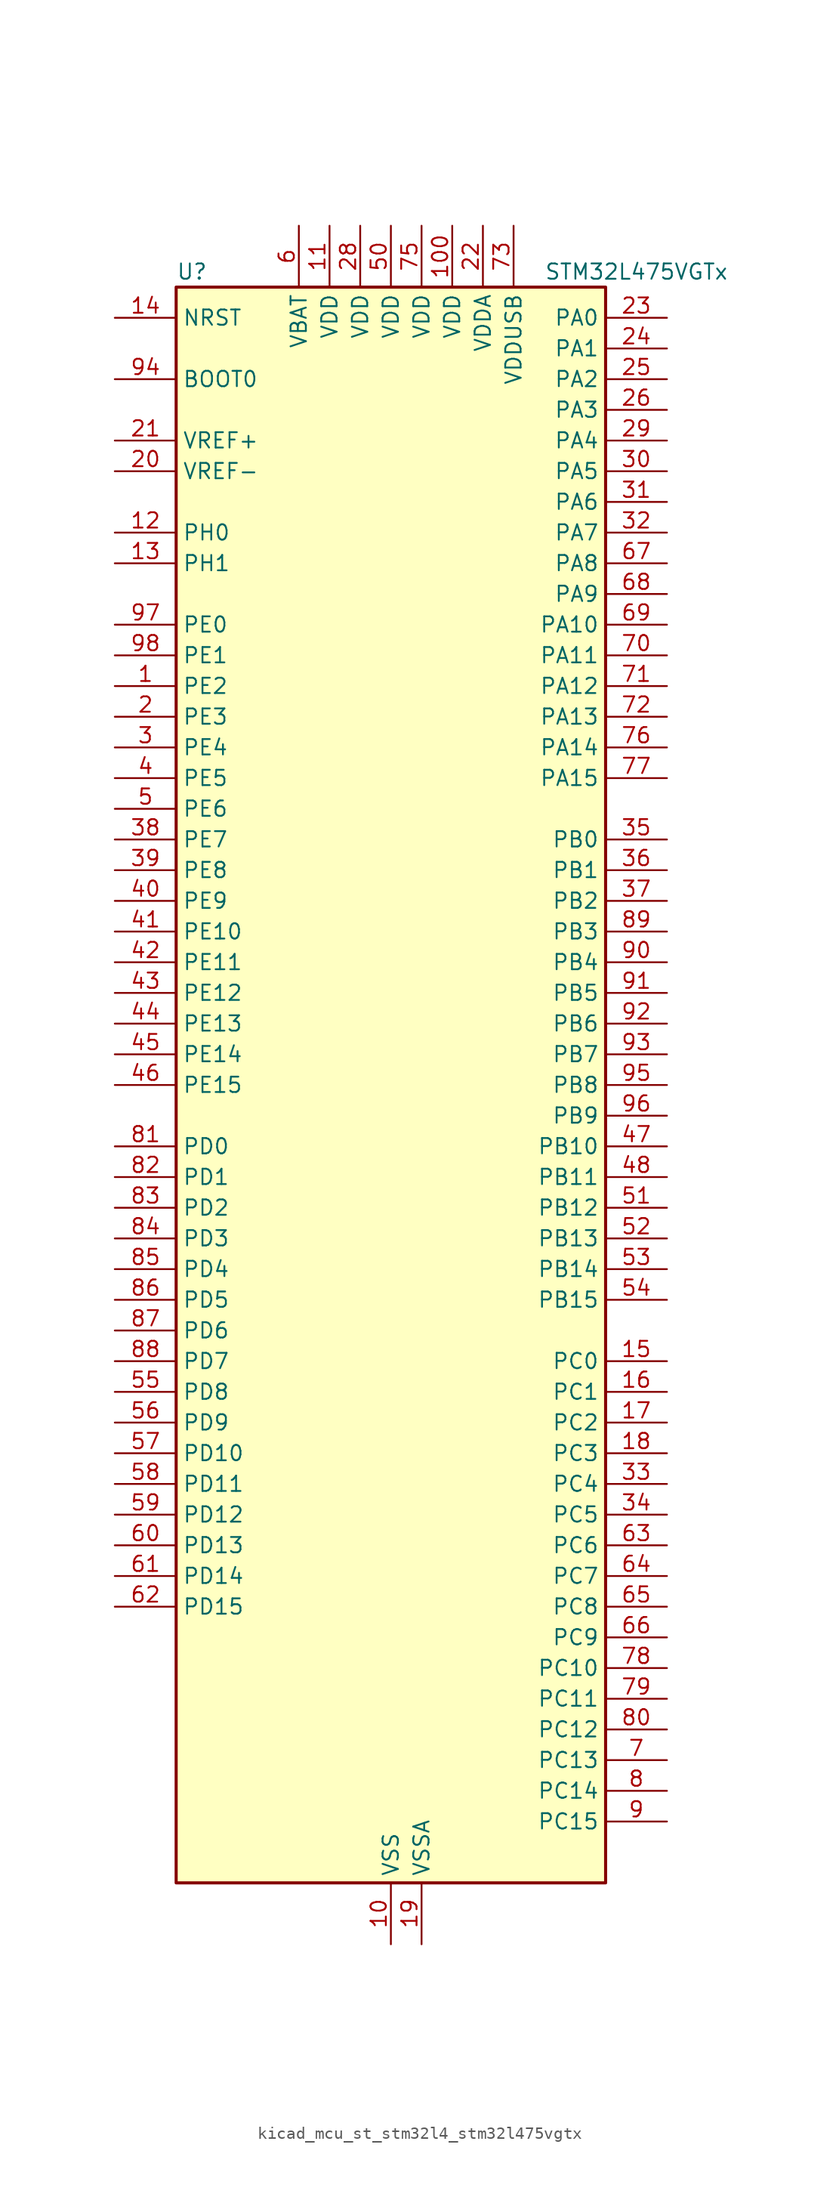
<source format=kicad_sym>
(kicad_symbol_lib
  (version 20220914)
  (generator kicad_symbol_editor)
  (symbol "kicad_mcu_st_stm32l4_stm32l475vgtx"
    (property "Reference" "U"
      (at -17.78 67.31 0)
      (effects (font (size 1.27 1.27)) (justify left)))
    (property "Value" "STM32L475VGTx"
      (at 12.7 67.31 0)
      (effects (font (size 1.27 1.27)) (justify left)))
    (property "ki_locked" ""
      (at 0 0 0)
      (effects (font (size 1.27 1.27))))
    (symbol "kicad_mcu_st_stm32l4_stm32l475vgtx_0_1"
      (rectangle (start -17.78 -66.04) (end 17.78 66.04) (stroke (width 0.254) (type default)) (fill (type background))))
    (symbol "kicad_mcu_st_stm32l4_stm32l475vgtx_1_1"
      (pin bidirectional line (at -22.86 33.02 0) (length 5.08) (name "PE2" (effects (font (size 1.27 1.27)))) (number "1" (effects (font (size 1.27 1.27)))) (alternate "FMC_A23" bidirectional line) (alternate "SAI1_MCLK_A" bidirectional line) (alternate "SYS_TRACECLK" bidirectional line) (alternate "TIM3_ETR" bidirectional line) (alternate "TSC_G7_IO1" bidirectional line))
      (pin power_in line (at 0 -71.12 90) (length 5.08) (name "VSS" (effects (font (size 1.27 1.27)))) (number "10" (effects (font (size 1.27 1.27)))))
      (pin power_in line (at 5.08 71.12 270) (length 5.08) (name "VDD" (effects (font (size 1.27 1.27)))) (number "100" (effects (font (size 1.27 1.27)))))
      (pin power_in line (at -5.08 71.12 270) (length 5.08) (name "VDD" (effects (font (size 1.27 1.27)))) (number "11" (effects (font (size 1.27 1.27)))))
      (pin bidirectional line (at -22.86 45.72 0) (length 5.08) (name "PH0" (effects (font (size 1.27 1.27)))) (number "12" (effects (font (size 1.27 1.27)))) (alternate "RCC_OSC_IN" bidirectional line))
      (pin bidirectional line (at -22.86 43.18 0) (length 5.08) (name "PH1" (effects (font (size 1.27 1.27)))) (number "13" (effects (font (size 1.27 1.27)))) (alternate "RCC_OSC_OUT" bidirectional line))
      (pin input line (at -22.86 63.5 0) (length 5.08) (name "NRST" (effects (font (size 1.27 1.27)))) (number "14" (effects (font (size 1.27 1.27)))))
      (pin bidirectional line (at 22.86 -22.86 180) (length 5.08) (name "PC0" (effects (font (size 1.27 1.27)))) (number "15" (effects (font (size 1.27 1.27)))) (alternate "ADC1_IN1" bidirectional line) (alternate "ADC2_IN1" bidirectional line) (alternate "ADC3_IN1" bidirectional line) (alternate "DFSDM1_DATIN4" bidirectional line) (alternate "I2C3_SCL" bidirectional line) (alternate "LPTIM1_IN1" bidirectional line) (alternate "LPTIM2_IN1" bidirectional line) (alternate "LPUART1_RX" bidirectional line))
      (pin bidirectional line (at 22.86 -25.4 180) (length 5.08) (name "PC1" (effects (font (size 1.27 1.27)))) (number "16" (effects (font (size 1.27 1.27)))) (alternate "ADC1_IN2" bidirectional line) (alternate "ADC2_IN2" bidirectional line) (alternate "ADC3_IN2" bidirectional line) (alternate "DFSDM1_CKIN4" bidirectional line) (alternate "I2C3_SDA" bidirectional line) (alternate "LPTIM1_OUT" bidirectional line) (alternate "LPUART1_TX" bidirectional line))
      (pin bidirectional line (at 22.86 -27.94 180) (length 5.08) (name "PC2" (effects (font (size 1.27 1.27)))) (number "17" (effects (font (size 1.27 1.27)))) (alternate "ADC1_IN3" bidirectional line) (alternate "ADC2_IN3" bidirectional line) (alternate "ADC3_IN3" bidirectional line) (alternate "DFSDM1_CKOUT" bidirectional line) (alternate "LPTIM1_IN2" bidirectional line) (alternate "SPI2_MISO" bidirectional line))
      (pin bidirectional line (at 22.86 -30.48 180) (length 5.08) (name "PC3" (effects (font (size 1.27 1.27)))) (number "18" (effects (font (size 1.27 1.27)))) (alternate "ADC1_IN4" bidirectional line) (alternate "ADC2_IN4" bidirectional line) (alternate "ADC3_IN4" bidirectional line) (alternate "LPTIM1_ETR" bidirectional line) (alternate "LPTIM2_ETR" bidirectional line) (alternate "SAI1_SD_A" bidirectional line) (alternate "SPI2_MOSI" bidirectional line))
      (pin power_in line (at 2.54 -71.12 90) (length 5.08) (name "VSSA" (effects (font (size 1.27 1.27)))) (number "19" (effects (font (size 1.27 1.27)))))
      (pin bidirectional line (at -22.86 30.48 0) (length 5.08) (name "PE3" (effects (font (size 1.27 1.27)))) (number "2" (effects (font (size 1.27 1.27)))) (alternate "FMC_A19" bidirectional line) (alternate "SAI1_SD_B" bidirectional line) (alternate "SYS_TRACED0" bidirectional line) (alternate "TIM3_CH1" bidirectional line) (alternate "TSC_G7_IO2" bidirectional line))
      (pin input line (at -22.86 50.8 0) (length 5.08) (name "VREF-" (effects (font (size 1.27 1.27)))) (number "20" (effects (font (size 1.27 1.27)))))
      (pin input line (at -22.86 53.34 0) (length 5.08) (name "VREF+" (effects (font (size 1.27 1.27)))) (number "21" (effects (font (size 1.27 1.27)))) (alternate "VREFBUF_OUT" bidirectional line))
      (pin power_in line (at 7.62 71.12 270) (length 5.08) (name "VDDA" (effects (font (size 1.27 1.27)))) (number "22" (effects (font (size 1.27 1.27)))))
      (pin bidirectional line (at 22.86 63.5 180) (length 5.08) (name "PA0" (effects (font (size 1.27 1.27)))) (number "23" (effects (font (size 1.27 1.27)))) (alternate "ADC1_IN5" bidirectional line) (alternate "ADC2_IN5" bidirectional line) (alternate "OPAMP1_VINP" bidirectional line) (alternate "RTC_TAMP2" bidirectional line) (alternate "SAI1_EXTCLK" bidirectional line) (alternate "SYS_WKUP1" bidirectional line) (alternate "TIM2_CH1" bidirectional line) (alternate "TIM2_ETR" bidirectional line) (alternate "TIM5_CH1" bidirectional line) (alternate "TIM8_ETR" bidirectional line) (alternate "UART4_TX" bidirectional line) (alternate "USART2_CTS" bidirectional line))
      (pin bidirectional line (at 22.86 60.96 180) (length 5.08) (name "PA1" (effects (font (size 1.27 1.27)))) (number "24" (effects (font (size 1.27 1.27)))) (alternate "ADC1_IN6" bidirectional line) (alternate "ADC2_IN6" bidirectional line) (alternate "OPAMP1_VINM" bidirectional line) (alternate "TIM15_CH1N" bidirectional line) (alternate "TIM2_CH2" bidirectional line) (alternate "TIM5_CH2" bidirectional line) (alternate "UART4_RX" bidirectional line) (alternate "USART2_DE" bidirectional line) (alternate "USART2_RTS" bidirectional line))
      (pin bidirectional line (at 22.86 58.42 180) (length 5.08) (name "PA2" (effects (font (size 1.27 1.27)))) (number "25" (effects (font (size 1.27 1.27)))) (alternate "ADC1_IN7" bidirectional line) (alternate "ADC2_IN7" bidirectional line) (alternate "RCC_LSCO" bidirectional line) (alternate "SAI2_EXTCLK" bidirectional line) (alternate "SYS_WKUP4" bidirectional line) (alternate "TIM15_CH1" bidirectional line) (alternate "TIM2_CH3" bidirectional line) (alternate "TIM5_CH3" bidirectional line) (alternate "USART2_TX" bidirectional line))
      (pin bidirectional line (at 22.86 55.88 180) (length 5.08) (name "PA3" (effects (font (size 1.27 1.27)))) (number "26" (effects (font (size 1.27 1.27)))) (alternate "ADC1_IN8" bidirectional line) (alternate "ADC2_IN8" bidirectional line) (alternate "OPAMP1_VOUT" bidirectional line) (alternate "TIM15_CH2" bidirectional line) (alternate "TIM2_CH4" bidirectional line) (alternate "TIM5_CH4" bidirectional line) (alternate "USART2_RX" bidirectional line))
      (pin passive line (at 0 -71.12 90) (length 5.08) hide (name "VSS" (effects (font (size 1.27 1.27)))) (number "27" (effects (font (size 1.27 1.27)))))
      (pin power_in line (at -2.54 71.12 270) (length 5.08) (name "VDD" (effects (font (size 1.27 1.27)))) (number "28" (effects (font (size 1.27 1.27)))))
      (pin bidirectional line (at 22.86 53.34 180) (length 5.08) (name "PA4" (effects (font (size 1.27 1.27)))) (number "29" (effects (font (size 1.27 1.27)))) (alternate "ADC1_IN9" bidirectional line) (alternate "ADC2_IN9" bidirectional line) (alternate "DAC1_OUT1" bidirectional line) (alternate "LPTIM2_OUT" bidirectional line) (alternate "SAI1_FS_B" bidirectional line) (alternate "SPI1_NSS" bidirectional line) (alternate "SPI3_NSS" bidirectional line) (alternate "USART2_CK" bidirectional line))
      (pin bidirectional line (at -22.86 27.94 0) (length 5.08) (name "PE4" (effects (font (size 1.27 1.27)))) (number "3" (effects (font (size 1.27 1.27)))) (alternate "DFSDM1_DATIN3" bidirectional line) (alternate "FMC_A20" bidirectional line) (alternate "SAI1_FS_A" bidirectional line) (alternate "SYS_TRACED1" bidirectional line) (alternate "TIM3_CH2" bidirectional line) (alternate "TSC_G7_IO3" bidirectional line))
      (pin bidirectional line (at 22.86 50.8 180) (length 5.08) (name "PA5" (effects (font (size 1.27 1.27)))) (number "30" (effects (font (size 1.27 1.27)))) (alternate "ADC1_IN10" bidirectional line) (alternate "ADC2_IN10" bidirectional line) (alternate "DAC1_OUT2" bidirectional line) (alternate "LPTIM2_ETR" bidirectional line) (alternate "SPI1_SCK" bidirectional line) (alternate "TIM2_CH1" bidirectional line) (alternate "TIM2_ETR" bidirectional line) (alternate "TIM8_CH1N" bidirectional line))
      (pin bidirectional line (at 22.86 48.26 180) (length 5.08) (name "PA6" (effects (font (size 1.27 1.27)))) (number "31" (effects (font (size 1.27 1.27)))) (alternate "ADC1_IN11" bidirectional line) (alternate "ADC2_IN11" bidirectional line) (alternate "OPAMP2_VINP" bidirectional line) (alternate "QUADSPI_BK1_IO3" bidirectional line) (alternate "SPI1_MISO" bidirectional line) (alternate "TIM16_CH1" bidirectional line) (alternate "TIM1_BKIN" bidirectional line) (alternate "TIM1_BKIN_COMP2" bidirectional line) (alternate "TIM3_CH1" bidirectional line) (alternate "TIM8_BKIN" bidirectional line) (alternate "TIM8_BKIN_COMP2" bidirectional line) (alternate "USART3_CTS" bidirectional line))
      (pin bidirectional line (at 22.86 45.72 180) (length 5.08) (name "PA7" (effects (font (size 1.27 1.27)))) (number "32" (effects (font (size 1.27 1.27)))) (alternate "ADC1_IN12" bidirectional line) (alternate "ADC2_IN12" bidirectional line) (alternate "OPAMP2_VINM" bidirectional line) (alternate "QUADSPI_BK1_IO2" bidirectional line) (alternate "SPI1_MOSI" bidirectional line) (alternate "TIM17_CH1" bidirectional line) (alternate "TIM1_CH1N" bidirectional line) (alternate "TIM3_CH2" bidirectional line) (alternate "TIM8_CH1N" bidirectional line))
      (pin bidirectional line (at 22.86 -33.02 180) (length 5.08) (name "PC4" (effects (font (size 1.27 1.27)))) (number "33" (effects (font (size 1.27 1.27)))) (alternate "ADC1_IN13" bidirectional line) (alternate "ADC2_IN13" bidirectional line) (alternate "COMP1_INM" bidirectional line) (alternate "USART3_TX" bidirectional line))
      (pin bidirectional line (at 22.86 -35.56 180) (length 5.08) (name "PC5" (effects (font (size 1.27 1.27)))) (number "34" (effects (font (size 1.27 1.27)))) (alternate "ADC1_IN14" bidirectional line) (alternate "ADC2_IN14" bidirectional line) (alternate "COMP1_INP" bidirectional line) (alternate "SYS_WKUP5" bidirectional line) (alternate "USART3_RX" bidirectional line))
      (pin bidirectional line (at 22.86 20.32 180) (length 5.08) (name "PB0" (effects (font (size 1.27 1.27)))) (number "35" (effects (font (size 1.27 1.27)))) (alternate "ADC1_IN15" bidirectional line) (alternate "ADC2_IN15" bidirectional line) (alternate "COMP1_OUT" bidirectional line) (alternate "OPAMP2_VOUT" bidirectional line) (alternate "QUADSPI_BK1_IO1" bidirectional line) (alternate "TIM1_CH2N" bidirectional line) (alternate "TIM3_CH3" bidirectional line) (alternate "TIM8_CH2N" bidirectional line) (alternate "USART3_CK" bidirectional line))
      (pin bidirectional line (at 22.86 17.78 180) (length 5.08) (name "PB1" (effects (font (size 1.27 1.27)))) (number "36" (effects (font (size 1.27 1.27)))) (alternate "ADC1_IN16" bidirectional line) (alternate "ADC2_IN16" bidirectional line) (alternate "COMP1_INM" bidirectional line) (alternate "DFSDM1_DATIN0" bidirectional line) (alternate "LPTIM2_IN1" bidirectional line) (alternate "QUADSPI_BK1_IO0" bidirectional line) (alternate "TIM1_CH3N" bidirectional line) (alternate "TIM3_CH4" bidirectional line) (alternate "TIM8_CH3N" bidirectional line) (alternate "USART3_DE" bidirectional line) (alternate "USART3_RTS" bidirectional line))
      (pin bidirectional line (at 22.86 15.24 180) (length 5.08) (name "PB2" (effects (font (size 1.27 1.27)))) (number "37" (effects (font (size 1.27 1.27)))) (alternate "COMP1_INP" bidirectional line) (alternate "DFSDM1_CKIN0" bidirectional line) (alternate "I2C3_SMBA" bidirectional line) (alternate "LPTIM1_OUT" bidirectional line) (alternate "RTC_OUT_ALARM" bidirectional line) (alternate "RTC_OUT_CALIB" bidirectional line))
      (pin bidirectional line (at -22.86 20.32 0) (length 5.08) (name "PE7" (effects (font (size 1.27 1.27)))) (number "38" (effects (font (size 1.27 1.27)))) (alternate "DFSDM1_DATIN2" bidirectional line) (alternate "FMC_D4" bidirectional line) (alternate "FMC_DA4" bidirectional line) (alternate "SAI1_SD_B" bidirectional line) (alternate "TIM1_ETR" bidirectional line))
      (pin bidirectional line (at -22.86 17.78 0) (length 5.08) (name "PE8" (effects (font (size 1.27 1.27)))) (number "39" (effects (font (size 1.27 1.27)))) (alternate "DFSDM1_CKIN2" bidirectional line) (alternate "FMC_D5" bidirectional line) (alternate "FMC_DA5" bidirectional line) (alternate "SAI1_SCK_B" bidirectional line) (alternate "TIM1_CH1N" bidirectional line))
      (pin bidirectional line (at -22.86 25.4 0) (length 5.08) (name "PE5" (effects (font (size 1.27 1.27)))) (number "4" (effects (font (size 1.27 1.27)))) (alternate "DFSDM1_CKIN3" bidirectional line) (alternate "FMC_A21" bidirectional line) (alternate "SAI1_SCK_A" bidirectional line) (alternate "SYS_TRACED2" bidirectional line) (alternate "TIM3_CH3" bidirectional line) (alternate "TSC_G7_IO4" bidirectional line))
      (pin bidirectional line (at -22.86 15.24 0) (length 5.08) (name "PE9" (effects (font (size 1.27 1.27)))) (number "40" (effects (font (size 1.27 1.27)))) (alternate "DAC1_EXTI9" bidirectional line) (alternate "DFSDM1_CKOUT" bidirectional line) (alternate "FMC_D6" bidirectional line) (alternate "FMC_DA6" bidirectional line) (alternate "SAI1_FS_B" bidirectional line) (alternate "TIM1_CH1" bidirectional line))
      (pin bidirectional line (at -22.86 12.7 0) (length 5.08) (name "PE10" (effects (font (size 1.27 1.27)))) (number "41" (effects (font (size 1.27 1.27)))) (alternate "DFSDM1_DATIN4" bidirectional line) (alternate "FMC_D7" bidirectional line) (alternate "FMC_DA7" bidirectional line) (alternate "QUADSPI_CLK" bidirectional line) (alternate "SAI1_MCLK_B" bidirectional line) (alternate "TIM1_CH2N" bidirectional line) (alternate "TSC_G5_IO1" bidirectional line))
      (pin bidirectional line (at -22.86 10.16 0) (length 5.08) (name "PE11" (effects (font (size 1.27 1.27)))) (number "42" (effects (font (size 1.27 1.27)))) (alternate "ADC1_EXTI11" bidirectional line) (alternate "ADC2_EXTI11" bidirectional line) (alternate "ADC3_EXTI11" bidirectional line) (alternate "DFSDM1_CKIN4" bidirectional line) (alternate "FMC_D8" bidirectional line) (alternate "FMC_DA8" bidirectional line) (alternate "QUADSPI_NCS" bidirectional line) (alternate "TIM1_CH2" bidirectional line) (alternate "TSC_G5_IO2" bidirectional line))
      (pin bidirectional line (at -22.86 7.62 0) (length 5.08) (name "PE12" (effects (font (size 1.27 1.27)))) (number "43" (effects (font (size 1.27 1.27)))) (alternate "DFSDM1_DATIN5" bidirectional line) (alternate "FMC_D9" bidirectional line) (alternate "FMC_DA9" bidirectional line) (alternate "QUADSPI_BK1_IO0" bidirectional line) (alternate "SPI1_NSS" bidirectional line) (alternate "TIM1_CH3N" bidirectional line) (alternate "TSC_G5_IO3" bidirectional line))
      (pin bidirectional line (at -22.86 5.08 0) (length 5.08) (name "PE13" (effects (font (size 1.27 1.27)))) (number "44" (effects (font (size 1.27 1.27)))) (alternate "DFSDM1_CKIN5" bidirectional line) (alternate "FMC_D10" bidirectional line) (alternate "FMC_DA10" bidirectional line) (alternate "QUADSPI_BK1_IO1" bidirectional line) (alternate "SPI1_SCK" bidirectional line) (alternate "TIM1_CH3" bidirectional line) (alternate "TSC_G5_IO4" bidirectional line))
      (pin bidirectional line (at -22.86 2.54 0) (length 5.08) (name "PE14" (effects (font (size 1.27 1.27)))) (number "45" (effects (font (size 1.27 1.27)))) (alternate "FMC_D11" bidirectional line) (alternate "FMC_DA11" bidirectional line) (alternate "QUADSPI_BK1_IO2" bidirectional line) (alternate "SPI1_MISO" bidirectional line) (alternate "TIM1_BKIN2" bidirectional line) (alternate "TIM1_BKIN2_COMP2" bidirectional line) (alternate "TIM1_CH4" bidirectional line))
      (pin bidirectional line (at -22.86 0 0) (length 5.08) (name "PE15" (effects (font (size 1.27 1.27)))) (number "46" (effects (font (size 1.27 1.27)))) (alternate "ADC1_EXTI15" bidirectional line) (alternate "ADC2_EXTI15" bidirectional line) (alternate "ADC3_EXTI15" bidirectional line) (alternate "FMC_D12" bidirectional line) (alternate "FMC_DA12" bidirectional line) (alternate "QUADSPI_BK1_IO3" bidirectional line) (alternate "SPI1_MOSI" bidirectional line) (alternate "TIM1_BKIN" bidirectional line) (alternate "TIM1_BKIN_COMP1" bidirectional line))
      (pin bidirectional line (at 22.86 -5.08 180) (length 5.08) (name "PB10" (effects (font (size 1.27 1.27)))) (number "47" (effects (font (size 1.27 1.27)))) (alternate "COMP1_OUT" bidirectional line) (alternate "DFSDM1_DATIN7" bidirectional line) (alternate "I2C2_SCL" bidirectional line) (alternate "LPUART1_RX" bidirectional line) (alternate "QUADSPI_CLK" bidirectional line) (alternate "SAI1_SCK_A" bidirectional line) (alternate "SPI2_SCK" bidirectional line) (alternate "TIM2_CH3" bidirectional line) (alternate "USART3_TX" bidirectional line))
      (pin bidirectional line (at 22.86 -7.62 180) (length 5.08) (name "PB11" (effects (font (size 1.27 1.27)))) (number "48" (effects (font (size 1.27 1.27)))) (alternate "ADC1_EXTI11" bidirectional line) (alternate "ADC2_EXTI11" bidirectional line) (alternate "ADC3_EXTI11" bidirectional line) (alternate "COMP2_OUT" bidirectional line) (alternate "DFSDM1_CKIN7" bidirectional line) (alternate "I2C2_SDA" bidirectional line) (alternate "LPUART1_TX" bidirectional line) (alternate "QUADSPI_NCS" bidirectional line) (alternate "TIM2_CH4" bidirectional line) (alternate "USART3_RX" bidirectional line))
      (pin passive line (at 0 -71.12 90) (length 5.08) hide (name "VSS" (effects (font (size 1.27 1.27)))) (number "49" (effects (font (size 1.27 1.27)))))
      (pin bidirectional line (at -22.86 22.86 0) (length 5.08) (name "PE6" (effects (font (size 1.27 1.27)))) (number "5" (effects (font (size 1.27 1.27)))) (alternate "FMC_A22" bidirectional line) (alternate "RTC_TAMP3" bidirectional line) (alternate "SAI1_SD_A" bidirectional line) (alternate "SYS_TRACED3" bidirectional line) (alternate "SYS_WKUP3" bidirectional line) (alternate "TIM3_CH4" bidirectional line))
      (pin power_in line (at 0 71.12 270) (length 5.08) (name "VDD" (effects (font (size 1.27 1.27)))) (number "50" (effects (font (size 1.27 1.27)))))
      (pin bidirectional line (at 22.86 -10.16 180) (length 5.08) (name "PB12" (effects (font (size 1.27 1.27)))) (number "51" (effects (font (size 1.27 1.27)))) (alternate "DFSDM1_DATIN1" bidirectional line) (alternate "I2C2_SMBA" bidirectional line) (alternate "LPUART1_DE" bidirectional line) (alternate "LPUART1_RTS" bidirectional line) (alternate "SAI2_FS_A" bidirectional line) (alternate "SPI2_NSS" bidirectional line) (alternate "SWPMI1_IO" bidirectional line) (alternate "TIM15_BKIN" bidirectional line) (alternate "TIM1_BKIN" bidirectional line) (alternate "TIM1_BKIN_COMP2" bidirectional line) (alternate "TSC_G1_IO1" bidirectional line) (alternate "USART3_CK" bidirectional line))
      (pin bidirectional line (at 22.86 -12.7 180) (length 5.08) (name "PB13" (effects (font (size 1.27 1.27)))) (number "52" (effects (font (size 1.27 1.27)))) (alternate "DFSDM1_CKIN1" bidirectional line) (alternate "I2C2_SCL" bidirectional line) (alternate "LPUART1_CTS" bidirectional line) (alternate "SAI2_SCK_A" bidirectional line) (alternate "SPI2_SCK" bidirectional line) (alternate "SWPMI1_TX" bidirectional line) (alternate "TIM15_CH1N" bidirectional line) (alternate "TIM1_CH1N" bidirectional line) (alternate "TSC_G1_IO2" bidirectional line) (alternate "USART3_CTS" bidirectional line))
      (pin bidirectional line (at 22.86 -15.24 180) (length 5.08) (name "PB14" (effects (font (size 1.27 1.27)))) (number "53" (effects (font (size 1.27 1.27)))) (alternate "DFSDM1_DATIN2" bidirectional line) (alternate "I2C2_SDA" bidirectional line) (alternate "SAI2_MCLK_A" bidirectional line) (alternate "SPI2_MISO" bidirectional line) (alternate "SWPMI1_RX" bidirectional line) (alternate "TIM15_CH1" bidirectional line) (alternate "TIM1_CH2N" bidirectional line) (alternate "TIM8_CH2N" bidirectional line) (alternate "TSC_G1_IO3" bidirectional line) (alternate "USART3_DE" bidirectional line) (alternate "USART3_RTS" bidirectional line))
      (pin bidirectional line (at 22.86 -17.78 180) (length 5.08) (name "PB15" (effects (font (size 1.27 1.27)))) (number "54" (effects (font (size 1.27 1.27)))) (alternate "ADC1_EXTI15" bidirectional line) (alternate "ADC2_EXTI15" bidirectional line) (alternate "ADC3_EXTI15" bidirectional line) (alternate "DFSDM1_CKIN2" bidirectional line) (alternate "RTC_REFIN" bidirectional line) (alternate "SAI2_SD_A" bidirectional line) (alternate "SPI2_MOSI" bidirectional line) (alternate "SWPMI1_SUSPEND" bidirectional line) (alternate "TIM15_CH2" bidirectional line) (alternate "TIM1_CH3N" bidirectional line) (alternate "TIM8_CH3N" bidirectional line) (alternate "TSC_G1_IO4" bidirectional line))
      (pin bidirectional line (at -22.86 -25.4 0) (length 5.08) (name "PD8" (effects (font (size 1.27 1.27)))) (number "55" (effects (font (size 1.27 1.27)))) (alternate "FMC_D13" bidirectional line) (alternate "FMC_DA13" bidirectional line) (alternate "USART3_TX" bidirectional line))
      (pin bidirectional line (at -22.86 -27.94 0) (length 5.08) (name "PD9" (effects (font (size 1.27 1.27)))) (number "56" (effects (font (size 1.27 1.27)))) (alternate "DAC1_EXTI9" bidirectional line) (alternate "FMC_D14" bidirectional line) (alternate "FMC_DA14" bidirectional line) (alternate "SAI2_MCLK_A" bidirectional line) (alternate "USART3_RX" bidirectional line))
      (pin bidirectional line (at -22.86 -30.48 0) (length 5.08) (name "PD10" (effects (font (size 1.27 1.27)))) (number "57" (effects (font (size 1.27 1.27)))) (alternate "FMC_D15" bidirectional line) (alternate "FMC_DA15" bidirectional line) (alternate "SAI2_SCK_A" bidirectional line) (alternate "TSC_G6_IO1" bidirectional line) (alternate "USART3_CK" bidirectional line))
      (pin bidirectional line (at -22.86 -33.02 0) (length 5.08) (name "PD11" (effects (font (size 1.27 1.27)))) (number "58" (effects (font (size 1.27 1.27)))) (alternate "ADC1_EXTI11" bidirectional line) (alternate "ADC2_EXTI11" bidirectional line) (alternate "ADC3_EXTI11" bidirectional line) (alternate "FMC_A16" bidirectional line) (alternate "FMC_CLE" bidirectional line) (alternate "LPTIM2_ETR" bidirectional line) (alternate "SAI2_SD_A" bidirectional line) (alternate "TSC_G6_IO2" bidirectional line) (alternate "USART3_CTS" bidirectional line))
      (pin bidirectional line (at -22.86 -35.56 0) (length 5.08) (name "PD12" (effects (font (size 1.27 1.27)))) (number "59" (effects (font (size 1.27 1.27)))) (alternate "FMC_A17" bidirectional line) (alternate "FMC_ALE" bidirectional line) (alternate "LPTIM2_IN1" bidirectional line) (alternate "SAI2_FS_A" bidirectional line) (alternate "TIM4_CH1" bidirectional line) (alternate "TSC_G6_IO3" bidirectional line) (alternate "USART3_DE" bidirectional line) (alternate "USART3_RTS" bidirectional line))
      (pin power_in line (at -7.62 71.12 270) (length 5.08) (name "VBAT" (effects (font (size 1.27 1.27)))) (number "6" (effects (font (size 1.27 1.27)))))
      (pin bidirectional line (at -22.86 -38.1 0) (length 5.08) (name "PD13" (effects (font (size 1.27 1.27)))) (number "60" (effects (font (size 1.27 1.27)))) (alternate "FMC_A18" bidirectional line) (alternate "LPTIM2_OUT" bidirectional line) (alternate "TIM4_CH2" bidirectional line) (alternate "TSC_G6_IO4" bidirectional line))
      (pin bidirectional line (at -22.86 -40.64 0) (length 5.08) (name "PD14" (effects (font (size 1.27 1.27)))) (number "61" (effects (font (size 1.27 1.27)))) (alternate "FMC_D0" bidirectional line) (alternate "FMC_DA0" bidirectional line) (alternate "TIM4_CH3" bidirectional line))
      (pin bidirectional line (at -22.86 -43.18 0) (length 5.08) (name "PD15" (effects (font (size 1.27 1.27)))) (number "62" (effects (font (size 1.27 1.27)))) (alternate "ADC1_EXTI15" bidirectional line) (alternate "ADC2_EXTI15" bidirectional line) (alternate "ADC3_EXTI15" bidirectional line) (alternate "FMC_D1" bidirectional line) (alternate "FMC_DA1" bidirectional line) (alternate "TIM4_CH4" bidirectional line))
      (pin bidirectional line (at 22.86 -38.1 180) (length 5.08) (name "PC6" (effects (font (size 1.27 1.27)))) (number "63" (effects (font (size 1.27 1.27)))) (alternate "DFSDM1_CKIN3" bidirectional line) (alternate "SAI2_MCLK_A" bidirectional line) (alternate "SDMMC1_D6" bidirectional line) (alternate "TIM3_CH1" bidirectional line) (alternate "TIM8_CH1" bidirectional line) (alternate "TSC_G4_IO1" bidirectional line))
      (pin bidirectional line (at 22.86 -40.64 180) (length 5.08) (name "PC7" (effects (font (size 1.27 1.27)))) (number "64" (effects (font (size 1.27 1.27)))) (alternate "DFSDM1_DATIN3" bidirectional line) (alternate "SAI2_MCLK_B" bidirectional line) (alternate "SDMMC1_D7" bidirectional line) (alternate "TIM3_CH2" bidirectional line) (alternate "TIM8_CH2" bidirectional line) (alternate "TSC_G4_IO2" bidirectional line))
      (pin bidirectional line (at 22.86 -43.18 180) (length 5.08) (name "PC8" (effects (font (size 1.27 1.27)))) (number "65" (effects (font (size 1.27 1.27)))) (alternate "SDMMC1_D0" bidirectional line) (alternate "TIM3_CH3" bidirectional line) (alternate "TIM8_CH3" bidirectional line) (alternate "TSC_G4_IO3" bidirectional line))
      (pin bidirectional line (at 22.86 -45.72 180) (length 5.08) (name "PC9" (effects (font (size 1.27 1.27)))) (number "66" (effects (font (size 1.27 1.27)))) (alternate "DAC1_EXTI9" bidirectional line) (alternate "SAI2_EXTCLK" bidirectional line) (alternate "SDMMC1_D1" bidirectional line) (alternate "TIM3_CH4" bidirectional line) (alternate "TIM8_BKIN2" bidirectional line) (alternate "TIM8_BKIN2_COMP1" bidirectional line) (alternate "TIM8_CH4" bidirectional line) (alternate "TSC_G4_IO4" bidirectional line) (alternate "USB_OTG_FS_NOE" bidirectional line))
      (pin bidirectional line (at 22.86 43.18 180) (length 5.08) (name "PA8" (effects (font (size 1.27 1.27)))) (number "67" (effects (font (size 1.27 1.27)))) (alternate "LPTIM2_OUT" bidirectional line) (alternate "RCC_MCO" bidirectional line) (alternate "TIM1_CH1" bidirectional line) (alternate "USART1_CK" bidirectional line) (alternate "USB_OTG_FS_SOF" bidirectional line))
      (pin bidirectional line (at 22.86 40.64 180) (length 5.08) (name "PA9" (effects (font (size 1.27 1.27)))) (number "68" (effects (font (size 1.27 1.27)))) (alternate "DAC1_EXTI9" bidirectional line) (alternate "TIM15_BKIN" bidirectional line) (alternate "TIM1_CH2" bidirectional line) (alternate "USART1_TX" bidirectional line) (alternate "USB_OTG_FS_VBUS" bidirectional line))
      (pin bidirectional line (at 22.86 38.1 180) (length 5.08) (name "PA10" (effects (font (size 1.27 1.27)))) (number "69" (effects (font (size 1.27 1.27)))) (alternate "TIM17_BKIN" bidirectional line) (alternate "TIM1_CH3" bidirectional line) (alternate "USART1_RX" bidirectional line) (alternate "USB_OTG_FS_ID" bidirectional line))
      (pin bidirectional line (at 22.86 -55.88 180) (length 5.08) (name "PC13" (effects (font (size 1.27 1.27)))) (number "7" (effects (font (size 1.27 1.27)))) (alternate "RTC_OUT_ALARM" bidirectional line) (alternate "RTC_OUT_CALIB" bidirectional line) (alternate "RTC_TAMP1" bidirectional line) (alternate "RTC_TS" bidirectional line) (alternate "SYS_WKUP2" bidirectional line))
      (pin bidirectional line (at 22.86 35.56 180) (length 5.08) (name "PA11" (effects (font (size 1.27 1.27)))) (number "70" (effects (font (size 1.27 1.27)))) (alternate "ADC1_EXTI11" bidirectional line) (alternate "ADC2_EXTI11" bidirectional line) (alternate "ADC3_EXTI11" bidirectional line) (alternate "CAN1_RX" bidirectional line) (alternate "TIM1_BKIN2" bidirectional line) (alternate "TIM1_BKIN2_COMP1" bidirectional line) (alternate "TIM1_CH4" bidirectional line) (alternate "USART1_CTS" bidirectional line) (alternate "USB_OTG_FS_DM" bidirectional line))
      (pin bidirectional line (at 22.86 33.02 180) (length 5.08) (name "PA12" (effects (font (size 1.27 1.27)))) (number "71" (effects (font (size 1.27 1.27)))) (alternate "CAN1_TX" bidirectional line) (alternate "TIM1_ETR" bidirectional line) (alternate "USART1_DE" bidirectional line) (alternate "USART1_RTS" bidirectional line) (alternate "USB_OTG_FS_DP" bidirectional line))
      (pin bidirectional line (at 22.86 30.48 180) (length 5.08) (name "PA13" (effects (font (size 1.27 1.27)))) (number "72" (effects (font (size 1.27 1.27)))) (alternate "IR_OUT" bidirectional line) (alternate "SYS_JTMS-SWDIO" bidirectional line) (alternate "USB_OTG_FS_NOE" bidirectional line))
      (pin power_in line (at 10.16 71.12 270) (length 5.08) (name "VDDUSB" (effects (font (size 1.27 1.27)))) (number "73" (effects (font (size 1.27 1.27)))))
      (pin passive line (at 0 -71.12 90) (length 5.08) hide (name "VSS" (effects (font (size 1.27 1.27)))) (number "74" (effects (font (size 1.27 1.27)))))
      (pin power_in line (at 2.54 71.12 270) (length 5.08) (name "VDD" (effects (font (size 1.27 1.27)))) (number "75" (effects (font (size 1.27 1.27)))))
      (pin bidirectional line (at 22.86 27.94 180) (length 5.08) (name "PA14" (effects (font (size 1.27 1.27)))) (number "76" (effects (font (size 1.27 1.27)))) (alternate "SYS_JTCK-SWCLK" bidirectional line))
      (pin bidirectional line (at 22.86 25.4 180) (length 5.08) (name "PA15" (effects (font (size 1.27 1.27)))) (number "77" (effects (font (size 1.27 1.27)))) (alternate "ADC1_EXTI15" bidirectional line) (alternate "ADC2_EXTI15" bidirectional line) (alternate "ADC3_EXTI15" bidirectional line) (alternate "SAI2_FS_B" bidirectional line) (alternate "SPI1_NSS" bidirectional line) (alternate "SPI3_NSS" bidirectional line) (alternate "SYS_JTDI" bidirectional line) (alternate "TIM2_CH1" bidirectional line) (alternate "TIM2_ETR" bidirectional line) (alternate "TSC_G3_IO1" bidirectional line) (alternate "UART4_DE" bidirectional line) (alternate "UART4_RTS" bidirectional line))
      (pin bidirectional line (at 22.86 -48.26 180) (length 5.08) (name "PC10" (effects (font (size 1.27 1.27)))) (number "78" (effects (font (size 1.27 1.27)))) (alternate "SAI2_SCK_B" bidirectional line) (alternate "SDMMC1_D2" bidirectional line) (alternate "SPI3_SCK" bidirectional line) (alternate "TSC_G3_IO2" bidirectional line) (alternate "UART4_TX" bidirectional line) (alternate "USART3_TX" bidirectional line))
      (pin bidirectional line (at 22.86 -50.8 180) (length 5.08) (name "PC11" (effects (font (size 1.27 1.27)))) (number "79" (effects (font (size 1.27 1.27)))) (alternate "ADC1_EXTI11" bidirectional line) (alternate "ADC2_EXTI11" bidirectional line) (alternate "ADC3_EXTI11" bidirectional line) (alternate "SAI2_MCLK_B" bidirectional line) (alternate "SDMMC1_D3" bidirectional line) (alternate "SPI3_MISO" bidirectional line) (alternate "TSC_G3_IO3" bidirectional line) (alternate "UART4_RX" bidirectional line) (alternate "USART3_RX" bidirectional line))
      (pin bidirectional line (at 22.86 -58.42 180) (length 5.08) (name "PC14" (effects (font (size 1.27 1.27)))) (number "8" (effects (font (size 1.27 1.27)))) (alternate "RCC_OSC32_IN" bidirectional line))
      (pin bidirectional line (at 22.86 -53.34 180) (length 5.08) (name "PC12" (effects (font (size 1.27 1.27)))) (number "80" (effects (font (size 1.27 1.27)))) (alternate "SAI2_SD_B" bidirectional line) (alternate "SDMMC1_CK" bidirectional line) (alternate "SPI3_MOSI" bidirectional line) (alternate "TSC_G3_IO4" bidirectional line) (alternate "UART5_TX" bidirectional line) (alternate "USART3_CK" bidirectional line))
      (pin bidirectional line (at -22.86 -5.08 0) (length 5.08) (name "PD0" (effects (font (size 1.27 1.27)))) (number "81" (effects (font (size 1.27 1.27)))) (alternate "CAN1_RX" bidirectional line) (alternate "DFSDM1_DATIN7" bidirectional line) (alternate "FMC_D2" bidirectional line) (alternate "FMC_DA2" bidirectional line) (alternate "SPI2_NSS" bidirectional line))
      (pin bidirectional line (at -22.86 -7.62 0) (length 5.08) (name "PD1" (effects (font (size 1.27 1.27)))) (number "82" (effects (font (size 1.27 1.27)))) (alternate "CAN1_TX" bidirectional line) (alternate "DFSDM1_CKIN7" bidirectional line) (alternate "FMC_D3" bidirectional line) (alternate "FMC_DA3" bidirectional line) (alternate "SPI2_SCK" bidirectional line))
      (pin bidirectional line (at -22.86 -10.16 0) (length 5.08) (name "PD2" (effects (font (size 1.27 1.27)))) (number "83" (effects (font (size 1.27 1.27)))) (alternate "SDMMC1_CMD" bidirectional line) (alternate "TIM3_ETR" bidirectional line) (alternate "TSC_SYNC" bidirectional line) (alternate "UART5_RX" bidirectional line) (alternate "USART3_DE" bidirectional line) (alternate "USART3_RTS" bidirectional line))
      (pin bidirectional line (at -22.86 -12.7 0) (length 5.08) (name "PD3" (effects (font (size 1.27 1.27)))) (number "84" (effects (font (size 1.27 1.27)))) (alternate "DFSDM1_DATIN0" bidirectional line) (alternate "FMC_CLK" bidirectional line) (alternate "SPI2_MISO" bidirectional line) (alternate "USART2_CTS" bidirectional line))
      (pin bidirectional line (at -22.86 -15.24 0) (length 5.08) (name "PD4" (effects (font (size 1.27 1.27)))) (number "85" (effects (font (size 1.27 1.27)))) (alternate "DFSDM1_CKIN0" bidirectional line) (alternate "FMC_NOE" bidirectional line) (alternate "SPI2_MOSI" bidirectional line) (alternate "USART2_DE" bidirectional line) (alternate "USART2_RTS" bidirectional line))
      (pin bidirectional line (at -22.86 -17.78 0) (length 5.08) (name "PD5" (effects (font (size 1.27 1.27)))) (number "86" (effects (font (size 1.27 1.27)))) (alternate "FMC_NWE" bidirectional line) (alternate "USART2_TX" bidirectional line))
      (pin bidirectional line (at -22.86 -20.32 0) (length 5.08) (name "PD6" (effects (font (size 1.27 1.27)))) (number "87" (effects (font (size 1.27 1.27)))) (alternate "DFSDM1_DATIN1" bidirectional line) (alternate "FMC_NWAIT" bidirectional line) (alternate "SAI1_SD_A" bidirectional line) (alternate "USART2_RX" bidirectional line))
      (pin bidirectional line (at -22.86 -22.86 0) (length 5.08) (name "PD7" (effects (font (size 1.27 1.27)))) (number "88" (effects (font (size 1.27 1.27)))) (alternate "DFSDM1_CKIN1" bidirectional line) (alternate "FMC_NE1" bidirectional line) (alternate "USART2_CK" bidirectional line))
      (pin bidirectional line (at 22.86 12.7 180) (length 5.08) (name "PB3" (effects (font (size 1.27 1.27)))) (number "89" (effects (font (size 1.27 1.27)))) (alternate "COMP2_INM" bidirectional line) (alternate "SAI1_SCK_B" bidirectional line) (alternate "SPI1_SCK" bidirectional line) (alternate "SPI3_SCK" bidirectional line) (alternate "SYS_JTDO-SWO" bidirectional line) (alternate "TIM2_CH2" bidirectional line) (alternate "USART1_DE" bidirectional line) (alternate "USART1_RTS" bidirectional line))
      (pin bidirectional line (at 22.86 -60.96 180) (length 5.08) (name "PC15" (effects (font (size 1.27 1.27)))) (number "9" (effects (font (size 1.27 1.27)))) (alternate "ADC1_EXTI15" bidirectional line) (alternate "ADC2_EXTI15" bidirectional line) (alternate "ADC3_EXTI15" bidirectional line) (alternate "RCC_OSC32_OUT" bidirectional line))
      (pin bidirectional line (at 22.86 10.16 180) (length 5.08) (name "PB4" (effects (font (size 1.27 1.27)))) (number "90" (effects (font (size 1.27 1.27)))) (alternate "COMP2_INP" bidirectional line) (alternate "SAI1_MCLK_B" bidirectional line) (alternate "SPI1_MISO" bidirectional line) (alternate "SPI3_MISO" bidirectional line) (alternate "SYS_JTRST" bidirectional line) (alternate "TIM17_BKIN" bidirectional line) (alternate "TIM3_CH1" bidirectional line) (alternate "TSC_G2_IO1" bidirectional line) (alternate "UART5_DE" bidirectional line) (alternate "UART5_RTS" bidirectional line) (alternate "USART1_CTS" bidirectional line))
      (pin bidirectional line (at 22.86 7.62 180) (length 5.08) (name "PB5" (effects (font (size 1.27 1.27)))) (number "91" (effects (font (size 1.27 1.27)))) (alternate "COMP2_OUT" bidirectional line) (alternate "I2C1_SMBA" bidirectional line) (alternate "LPTIM1_IN1" bidirectional line) (alternate "SAI1_SD_B" bidirectional line) (alternate "SPI1_MOSI" bidirectional line) (alternate "SPI3_MOSI" bidirectional line) (alternate "TIM16_BKIN" bidirectional line) (alternate "TIM3_CH2" bidirectional line) (alternate "TSC_G2_IO2" bidirectional line) (alternate "UART5_CTS" bidirectional line) (alternate "USART1_CK" bidirectional line))
      (pin bidirectional line (at 22.86 5.08 180) (length 5.08) (name "PB6" (effects (font (size 1.27 1.27)))) (number "92" (effects (font (size 1.27 1.27)))) (alternate "COMP2_INP" bidirectional line) (alternate "DFSDM1_DATIN5" bidirectional line) (alternate "I2C1_SCL" bidirectional line) (alternate "LPTIM1_ETR" bidirectional line) (alternate "SAI1_FS_B" bidirectional line) (alternate "TIM16_CH1N" bidirectional line) (alternate "TIM4_CH1" bidirectional line) (alternate "TIM8_BKIN2" bidirectional line) (alternate "TIM8_BKIN2_COMP2" bidirectional line) (alternate "TSC_G2_IO3" bidirectional line) (alternate "USART1_TX" bidirectional line))
      (pin bidirectional line (at 22.86 2.54 180) (length 5.08) (name "PB7" (effects (font (size 1.27 1.27)))) (number "93" (effects (font (size 1.27 1.27)))) (alternate "COMP2_INM" bidirectional line) (alternate "DFSDM1_CKIN5" bidirectional line) (alternate "FMC_NL" bidirectional line) (alternate "I2C1_SDA" bidirectional line) (alternate "LPTIM1_IN2" bidirectional line) (alternate "SYS_PVD_IN" bidirectional line) (alternate "TIM17_CH1N" bidirectional line) (alternate "TIM4_CH2" bidirectional line) (alternate "TIM8_BKIN" bidirectional line) (alternate "TIM8_BKIN_COMP1" bidirectional line) (alternate "TSC_G2_IO4" bidirectional line) (alternate "UART4_CTS" bidirectional line) (alternate "USART1_RX" bidirectional line))
      (pin input line (at -22.86 58.42 0) (length 5.08) (name "BOOT0" (effects (font (size 1.27 1.27)))) (number "94" (effects (font (size 1.27 1.27)))))
      (pin bidirectional line (at 22.86 0 180) (length 5.08) (name "PB8" (effects (font (size 1.27 1.27)))) (number "95" (effects (font (size 1.27 1.27)))) (alternate "CAN1_RX" bidirectional line) (alternate "DFSDM1_DATIN6" bidirectional line) (alternate "I2C1_SCL" bidirectional line) (alternate "SAI1_MCLK_A" bidirectional line) (alternate "SDMMC1_D4" bidirectional line) (alternate "TIM16_CH1" bidirectional line) (alternate "TIM4_CH3" bidirectional line))
      (pin bidirectional line (at 22.86 -2.54 180) (length 5.08) (name "PB9" (effects (font (size 1.27 1.27)))) (number "96" (effects (font (size 1.27 1.27)))) (alternate "CAN1_TX" bidirectional line) (alternate "DAC1_EXTI9" bidirectional line) (alternate "DFSDM1_CKIN6" bidirectional line) (alternate "I2C1_SDA" bidirectional line) (alternate "IR_OUT" bidirectional line) (alternate "SAI1_FS_A" bidirectional line) (alternate "SDMMC1_D5" bidirectional line) (alternate "SPI2_NSS" bidirectional line) (alternate "TIM17_CH1" bidirectional line) (alternate "TIM4_CH4" bidirectional line))
      (pin bidirectional line (at -22.86 38.1 0) (length 5.08) (name "PE0" (effects (font (size 1.27 1.27)))) (number "97" (effects (font (size 1.27 1.27)))) (alternate "FMC_NBL0" bidirectional line) (alternate "TIM16_CH1" bidirectional line) (alternate "TIM4_ETR" bidirectional line))
      (pin bidirectional line (at -22.86 35.56 0) (length 5.08) (name "PE1" (effects (font (size 1.27 1.27)))) (number "98" (effects (font (size 1.27 1.27)))) (alternate "FMC_NBL1" bidirectional line) (alternate "TIM17_CH1" bidirectional line))
      (pin passive line (at 0 -71.12 90) (length 5.08) hide (name "VSS" (effects (font (size 1.27 1.27)))) (number "99" (effects (font (size 1.27 1.27))))))))
</source>
